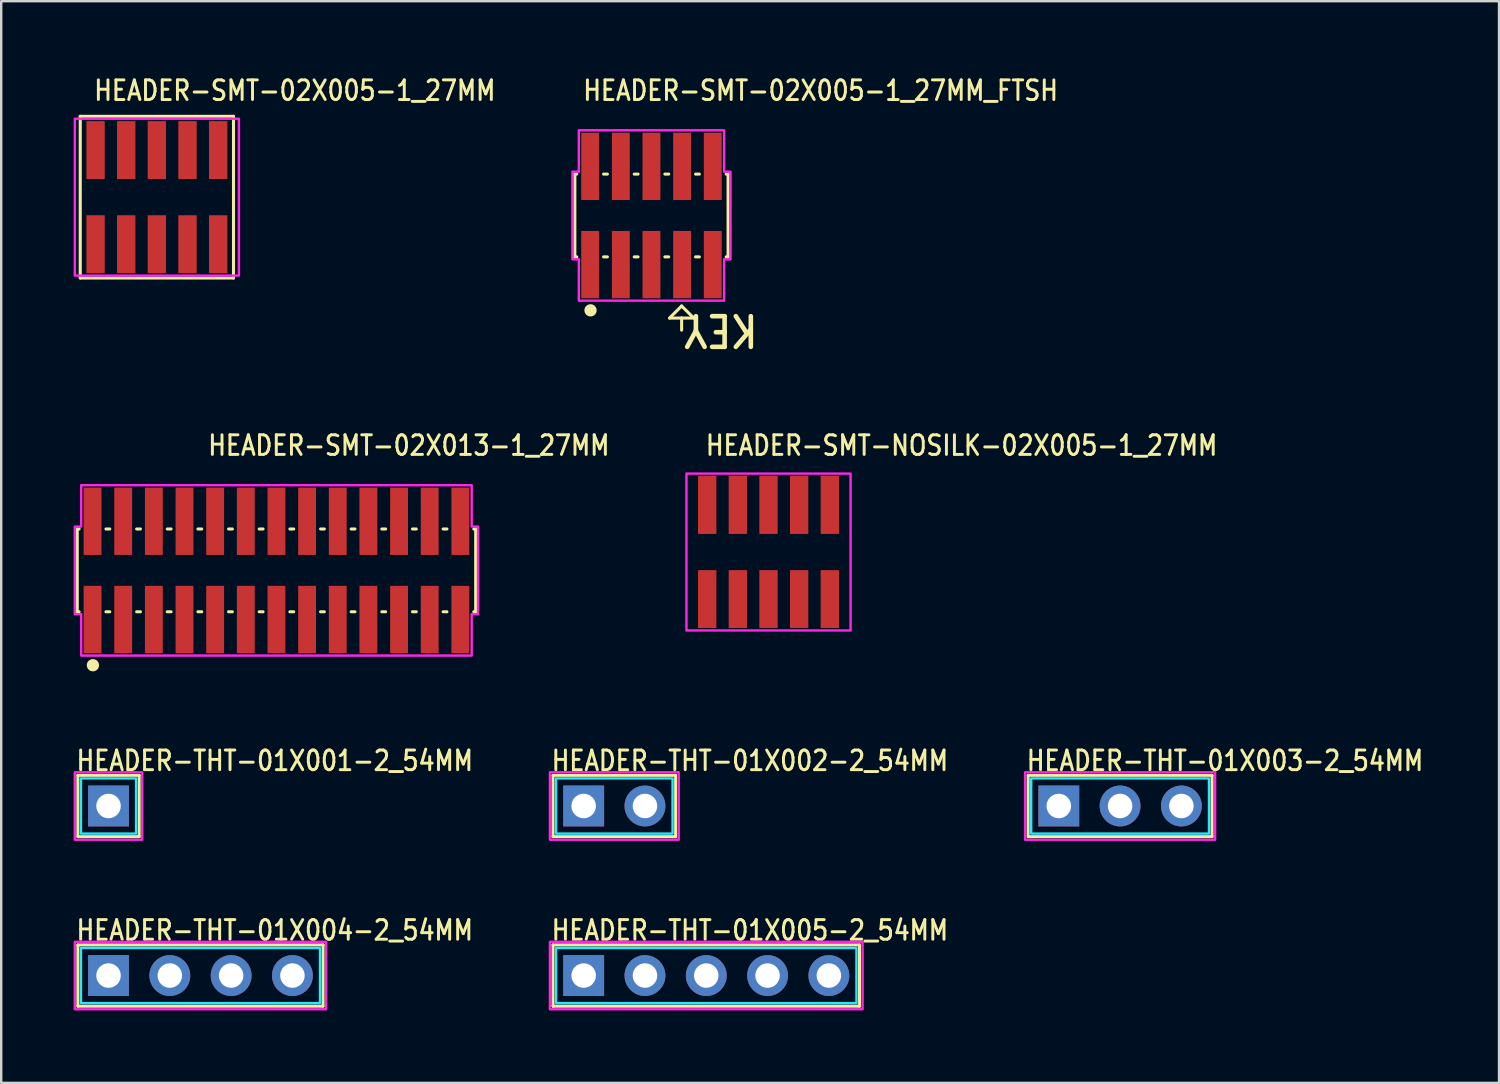
<source format=kicad_pcb>
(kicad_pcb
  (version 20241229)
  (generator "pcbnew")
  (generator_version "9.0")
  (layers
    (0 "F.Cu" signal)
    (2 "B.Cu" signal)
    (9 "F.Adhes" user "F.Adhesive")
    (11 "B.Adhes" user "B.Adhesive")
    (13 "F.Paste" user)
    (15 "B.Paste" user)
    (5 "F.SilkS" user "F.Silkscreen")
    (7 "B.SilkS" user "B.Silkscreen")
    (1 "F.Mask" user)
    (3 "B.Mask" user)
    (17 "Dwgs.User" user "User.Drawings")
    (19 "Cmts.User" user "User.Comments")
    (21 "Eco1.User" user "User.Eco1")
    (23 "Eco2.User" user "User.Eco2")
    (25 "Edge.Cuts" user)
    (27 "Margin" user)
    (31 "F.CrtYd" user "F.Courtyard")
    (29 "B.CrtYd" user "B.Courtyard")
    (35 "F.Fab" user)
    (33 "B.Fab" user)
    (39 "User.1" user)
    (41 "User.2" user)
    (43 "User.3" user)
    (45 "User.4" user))
  (footprint "HEADER-THT-01X002-2_54MM"
    (layer "F.Cu")
    (at 21.135 30.347)
    (property "Reference" "HEADER-THT-01X002-2_54MM" (at -1.4 -1.4 0) (unlocked yes) (layer "F.SilkS") (effects (font (size 0.813 0.695) (thickness 0.122)) (justify left bottom)))
    (fp_line (start -1.27 -1.27) (end -1.27 1.27) (stroke (width 0.127) (type solid)) (layer "F.SilkS"))
    (fp_line (start -1.27 1.27) (end 3.81 1.27) (stroke (width 0.127) (type solid)) (layer "F.SilkS"))
    (fp_line (start 3.81 -1.27) (end -1.27 -1.27) (stroke (width 0.127) (type solid)) (layer "F.SilkS"))
    (fp_line (start 3.81 1.27) (end 3.81 -1.27) (stroke (width 0.127) (type solid)) (layer "F.SilkS"))
    (fp_poly (pts (xy -1.143 -1.143) (xy 3.683 -1.143) (xy 3.683 1.143) (xy -1.143 1.143)) (stroke (width 0.1) (type solid)) (fill no) (layer "B.CrtYd"))
    (fp_poly (pts (xy -1.397 -1.397) (xy 3.937 -1.397) (xy 3.937 1.397) (xy -1.397 1.397)) (stroke (width 0.1) (type solid)) (fill no) (layer "F.CrtYd"))
    (pad "1" thru_hole rect (at 0 0) (size 1.693 1.693) (drill 1.016) (layers "*.Cu" "*.Mask"))
    (pad "2" thru_hole oval (at 2.54 0) (size 1.693 1.693) (drill 1.016) (layers "*.Cu" "*.Mask")))
  (footprint "HEADER-SMT-02X005-1_27MM"
    (layer "F.Cu")
    (at 3.45 5.119)
    (property "Reference" "HEADER-SMT-02X005-1_27MM" (at -2.67 -3.94 0) (unlocked yes) (layer "F.SilkS") (effects (font (size 0.813 0.695) (thickness 0.122)) (justify left bottom)))
    (fp_line (start -3.175 -3.35) (end -3.175 3.35) (stroke (width 0.127) (type solid)) (layer "F.SilkS"))
    (fp_line (start -3.175 3.35) (end 3.175 3.35) (stroke (width 0.127) (type solid)) (layer "F.SilkS"))
    (fp_line (start 3.175 -3.35) (end -3.175 -3.35) (stroke (width 0.127) (type solid)) (layer "F.SilkS"))
    (fp_line (start 3.175 3.35) (end 3.175 -3.35) (stroke (width 0.127) (type solid)) (layer "F.SilkS"))
    (fp_poly (pts (xy -3.4 -3.25) (xy 3.4 -3.25) (xy 3.4 3.25) (xy -3.4 3.25)) (stroke (width 0.1) (type solid)) (fill no) (layer "F.CrtYd"))
    (pad "1" smd rect (at -2.54 1.95) (size 0.76 2.4) (layers "F.Cu" "F.Mask" "F.Paste"))
    (pad "2" smd rect (at -2.54 -1.95) (size 0.76 2.4) (layers "F.Cu" "F.Mask" "F.Paste"))
    (pad "3" smd rect (at -1.27 1.95) (size 0.76 2.4) (layers "F.Cu" "F.Mask" "F.Paste"))
    (pad "4" smd rect (at -1.27 -1.95) (size 0.76 2.4) (layers "F.Cu" "F.Mask" "F.Paste"))
    (pad "5" smd rect (at 0 1.95) (size 0.76 2.4) (layers "F.Cu" "F.Mask" "F.Paste"))
    (pad "6" smd rect (at 0 -1.95) (size 0.76 2.4) (layers "F.Cu" "F.Mask" "F.Paste"))
    (pad "7" smd rect (at 1.27 1.95) (size 0.76 2.4) (layers "F.Cu" "F.Mask" "F.Paste"))
    (pad "8" smd rect (at 1.27 -1.95) (size 0.76 2.4) (layers "F.Cu" "F.Mask" "F.Paste"))
    (pad "9" smd rect (at 2.54 1.95) (size 0.76 2.4) (layers "F.Cu" "F.Mask" "F.Paste"))
    (pad "10" smd rect (at 2.54 -1.95) (size 0.76 2.4) (layers "F.Cu" "F.Mask" "F.Paste")))
  (footprint "HEADER-THT-01X004-2_54MM"
    (layer "F.Cu")
    (at 1.447 37.373)
    (property "Reference" "HEADER-THT-01X004-2_54MM" (at -1.4 -1.4 0) (unlocked yes) (layer "F.SilkS") (effects (font (size 0.813 0.695) (thickness 0.122)) (justify left bottom)))
    (fp_line (start -1.27 -1.27) (end -1.27 1.27) (stroke (width 0.127) (type solid)) (layer "F.SilkS"))
    (fp_line (start -1.27 1.27) (end 8.89 1.27) (stroke (width 0.127) (type solid)) (layer "F.SilkS"))
    (fp_line (start 8.89 -1.27) (end -1.27 -1.27) (stroke (width 0.127) (type solid)) (layer "F.SilkS"))
    (fp_line (start 8.89 1.27) (end 8.89 -1.27) (stroke (width 0.127) (type solid)) (layer "F.SilkS"))
    (fp_poly (pts (xy -1.143 -1.143) (xy 8.763 -1.143) (xy 8.763 1.143) (xy -1.143 1.143)) (stroke (width 0.1) (type solid)) (fill no) (layer "B.CrtYd"))
    (fp_poly (pts (xy -1.397 -1.397) (xy 9.017 -1.397) (xy 9.017 1.397) (xy -1.397 1.397)) (stroke (width 0.1) (type solid)) (fill no) (layer "F.CrtYd"))
    (pad "P$1" thru_hole rect (at 0 0) (size 1.693 1.693) (drill 1.016) (layers "*.Cu" "*.Mask"))
    (pad "P$2" thru_hole oval (at 2.54 0) (size 1.693 1.693) (drill 1.016) (layers "*.Cu" "*.Mask"))
    (pad "P$3" thru_hole oval (at 5.08 0) (size 1.693 1.693) (drill 1.016) (layers "*.Cu" "*.Mask"))
    (pad "P$4" thru_hole oval (at 7.62 0) (size 1.693 1.693) (drill 1.016) (layers "*.Cu" "*.Mask")))
  (footprint "HEADER-SMT-02X005-1_27MM_FTSH"
    (layer "F.Cu")
    (at 23.944 5.879)
    (property "Reference" "HEADER-SMT-02X005-1_27MM_FTSH" (at -2.9 -4.7 0) (unlocked yes) (layer "F.SilkS") (effects (font (size 0.813 0.695) (thickness 0.122)) (justify left bottom)))
    (fp_line (start -3.175 -1.715) (end -3.175 1.715) (stroke (width 0.127) (type solid)) (layer "F.SilkS"))
    (fp_line (start -3.175 -1.715) (end -3.096 -1.715) (stroke (width 0.127) (type solid)) (layer "F.SilkS"))
    (fp_line (start -3.175 1.715) (end -3.096 1.715) (stroke (width 0.127) (type solid)) (layer "F.SilkS"))
    (fp_line (start -1.984 -1.715) (end -1.827 -1.715) (stroke (width 0.127) (type solid)) (layer "F.SilkS"))
    (fp_line (start -1.984 1.715) (end -1.827 1.715) (stroke (width 0.127) (type solid)) (layer "F.SilkS"))
    (fp_line (start -0.714 -1.715) (end -0.556 -1.715) (stroke (width 0.127) (type solid)) (layer "F.SilkS"))
    (fp_line (start -0.714 1.715) (end -0.556 1.715) (stroke (width 0.127) (type solid)) (layer "F.SilkS"))
    (fp_line (start 0.556 -1.715) (end 0.714 -1.715) (stroke (width 0.127) (type solid)) (layer "F.SilkS"))
    (fp_line (start 0.556 1.715) (end 0.714 1.715) (stroke (width 0.127) (type solid)) (layer "F.SilkS"))
    (fp_line (start 0.75 4.25) (end 1.25 4.25) (stroke (width 0.127) (type solid)) (layer "F.SilkS"))
    (fp_line (start 1.25 3.75) (end 0.75 4.25) (stroke (width 0.127) (type solid)) (layer "F.SilkS"))
    (fp_line (start 1.25 4.25) (end 1.75 4.25) (stroke (width 0.127) (type solid)) (layer "F.SilkS"))
    (fp_line (start 1.25 4.75) (end 1.25 4.25) (stroke (width 0.127) (type solid)) (layer "F.SilkS"))
    (fp_line (start 1.75 4.25) (end 1.25 3.75) (stroke (width 0.127) (type solid)) (layer "F.SilkS"))
    (fp_line (start 1.827 -1.715) (end 1.984 -1.715) (stroke (width 0.127) (type solid)) (layer "F.SilkS"))
    (fp_line (start 1.827 1.715) (end 1.984 1.715) (stroke (width 0.127) (type solid)) (layer "F.SilkS"))
    (fp_line (start 3.096 -1.715) (end 3.175 -1.715) (stroke (width 0.127) (type solid)) (layer "F.SilkS"))
    (fp_line (start 3.096 1.715) (end 3.175 1.715) (stroke (width 0.127) (type solid)) (layer "F.SilkS"))
    (fp_line (start 3.175 1.715) (end 3.175 -1.715) (stroke (width 0.127) (type solid)) (layer "F.SilkS"))
    (fp_circle (center -2.525 3.93) (end -2.271 3.93) (stroke (width 0) (type solid)) (fill yes) (layer "F.SilkS"))
    (fp_poly (pts (xy -3.275 -1.815) (xy -3.01 -1.815) (xy -3.01 -3.53) (xy 3.01 -3.53) (xy 3.01 -1.815) (xy 3.275 -1.815) (xy 3.275 1.815) (xy 3.01 1.815) (xy 3.01 3.53) (xy -3.01 3.53) (xy -3.01 1.815) (xy -3.275 1.815)) (stroke (width 0.1) (type solid)) (fill no) (layer "F.CrtYd"))
    (fp_text user "KEY" (at 1.25 4.75 180) (unlocked yes) (layer "F.SilkS") (effects (font (size 1.27 1.086) (thickness 0.191)) (justify right)))
    (pad "1" smd rect (at -2.54 2.035) (size 0.74 2.79) (layers "F.Cu" "F.Mask" "F.Paste"))
    (pad "2" smd rect (at -2.54 -2.035) (size 0.74 2.79) (layers "F.Cu" "F.Mask" "F.Paste"))
    (pad "3" smd rect (at -1.27 2.035) (size 0.74 2.79) (layers "F.Cu" "F.Mask" "F.Paste"))
    (pad "4" smd rect (at -1.27 -2.035) (size 0.74 2.79) (layers "F.Cu" "F.Mask" "F.Paste"))
    (pad "5" smd rect (at 0 2.035) (size 0.74 2.79) (layers "F.Cu" "F.Mask" "F.Paste"))
    (pad "6" smd rect (at 0 -2.035) (size 0.74 2.79) (layers "F.Cu" "F.Mask" "F.Paste"))
    (pad "7" smd rect (at 1.27 2.035) (size 0.74 2.79) (layers "F.Cu" "F.Mask" "F.Paste"))
    (pad "8" smd rect (at 1.27 -2.035) (size 0.74 2.79) (layers "F.Cu" "F.Mask" "F.Paste"))
    (pad "9" smd rect (at 2.54 2.035) (size 0.74 2.79) (layers "F.Cu" "F.Mask" "F.Paste"))
    (pad "10" smd rect (at 2.54 -2.035) (size 0.74 2.79) (layers "F.Cu" "F.Mask" "F.Paste")))
  (footprint "HEADER-THT-01X001-2_54MM"
    (layer "F.Cu")
    (at 1.447 30.347)
    (property "Reference" "HEADER-THT-01X001-2_54MM" (at -1.4 -1.4 0) (unlocked yes) (layer "F.SilkS") (effects (font (size 0.813 0.695) (thickness 0.122)) (justify left bottom)))
    (fp_line (start -1.27 -1.27) (end -1.27 1.27) (stroke (width 0.127) (type solid)) (layer "F.SilkS"))
    (fp_line (start -1.27 1.27) (end 1.27 1.27) (stroke (width 0.127) (type solid)) (layer "F.SilkS"))
    (fp_line (start 1.27 -1.27) (end -1.27 -1.27) (stroke (width 0.127) (type solid)) (layer "F.SilkS"))
    (fp_line (start 1.27 1.27) (end 1.27 -1.27) (stroke (width 0.127) (type solid)) (layer "F.SilkS"))
    (fp_poly (pts (xy -1.143 -1.143) (xy 1.143 -1.143) (xy 1.143 1.143) (xy -1.143 1.143)) (stroke (width 0.1) (type solid)) (fill no) (layer "B.CrtYd"))
    (fp_poly (pts (xy -1.397 -1.397) (xy 1.397 -1.397) (xy 1.397 1.397) (xy -1.397 1.397)) (stroke (width 0.1) (type solid)) (fill no) (layer "F.CrtYd"))
    (pad "1" thru_hole rect (at 0 0) (size 1.693 1.693) (drill 1.016) (layers "*.Cu" "*.Mask")))
  (footprint "HEADER-THT-01X003-2_54MM"
    (layer "F.Cu")
    (at 40.822 30.347)
    (property "Reference" "HEADER-THT-01X003-2_54MM" (at -1.4 -1.4 0) (unlocked yes) (layer "F.SilkS") (effects (font (size 0.813 0.695) (thickness 0.122)) (justify left bottom)))
    (fp_line (start -1.27 -1.27) (end -1.27 1.27) (stroke (width 0.127) (type solid)) (layer "F.SilkS"))
    (fp_line (start -1.27 1.27) (end 6.35 1.27) (stroke (width 0.127) (type solid)) (layer "F.SilkS"))
    (fp_line (start 6.35 -1.27) (end -1.27 -1.27) (stroke (width 0.127) (type solid)) (layer "F.SilkS"))
    (fp_line (start 6.35 1.27) (end 6.35 -1.27) (stroke (width 0.127) (type solid)) (layer "F.SilkS"))
    (fp_poly (pts (xy -1.143 -1.143) (xy 6.223 -1.143) (xy 6.223 1.143) (xy -1.143 1.143)) (stroke (width 0.1) (type solid)) (fill no) (layer "B.CrtYd"))
    (fp_poly (pts (xy -1.397 -1.397) (xy 6.477 -1.397) (xy 6.477 1.397) (xy -1.397 1.397)) (stroke (width 0.1) (type solid)) (fill no) (layer "F.CrtYd"))
    (pad "1" thru_hole rect (at 0 0) (size 1.693 1.693) (drill 1.016) (layers "*.Cu" "*.Mask"))
    (pad "2" thru_hole oval (at 2.54 0) (size 1.693 1.693) (drill 1.016) (layers "*.Cu" "*.Mask"))
    (pad "3" thru_hole oval (at 5.08 0) (size 1.693 1.693) (drill 1.016) (layers "*.Cu" "*.Mask")))
  (footprint "HEADER-SMT-02X013-1_27MM"
    (layer "F.Cu")
    (at 8.405 20.584)
    (property "Reference" "HEADER-SMT-02X013-1_27MM" (at -2.9 -4.7 0) (unlocked yes) (layer "F.SilkS") (effects (font (size 0.813 0.695) (thickness 0.122)) (justify left bottom)))
    (fp_line (start -8.255 -1.715) (end -8.255 1.715) (stroke (width 0.127) (type solid)) (layer "F.SilkS"))
    (fp_line (start -8.255 -1.715) (end -8.177 -1.715) (stroke (width 0.127) (type solid)) (layer "F.SilkS"))
    (fp_line (start -8.255 1.715) (end -8.177 1.715) (stroke (width 0.127) (type solid)) (layer "F.SilkS"))
    (fp_line (start -7.064 -1.715) (end -6.907 -1.715) (stroke (width 0.127) (type solid)) (layer "F.SilkS"))
    (fp_line (start -7.064 1.715) (end -6.907 1.715) (stroke (width 0.127) (type solid)) (layer "F.SilkS"))
    (fp_line (start -5.793 -1.715) (end -5.636 -1.715) (stroke (width 0.127) (type solid)) (layer "F.SilkS"))
    (fp_line (start -5.793 1.715) (end -5.636 1.715) (stroke (width 0.127) (type solid)) (layer "F.SilkS"))
    (fp_line (start -4.524 -1.715) (end -4.367 -1.715) (stroke (width 0.127) (type solid)) (layer "F.SilkS"))
    (fp_line (start -4.524 1.715) (end -4.367 1.715) (stroke (width 0.127) (type solid)) (layer "F.SilkS"))
    (fp_line (start -3.253 -1.715) (end -3.096 -1.715) (stroke (width 0.127) (type solid)) (layer "F.SilkS"))
    (fp_line (start -3.253 1.715) (end -3.096 1.715) (stroke (width 0.127) (type solid)) (layer "F.SilkS"))
    (fp_line (start -1.984 -1.715) (end -1.827 -1.715) (stroke (width 0.127) (type solid)) (layer "F.SilkS"))
    (fp_line (start -1.984 1.715) (end -1.827 1.715) (stroke (width 0.127) (type solid)) (layer "F.SilkS"))
    (fp_line (start -0.714 -1.715) (end -0.556 -1.715) (stroke (width 0.127) (type solid)) (layer "F.SilkS"))
    (fp_line (start -0.714 1.715) (end -0.556 1.715) (stroke (width 0.127) (type solid)) (layer "F.SilkS"))
    (fp_line (start 0.556 -1.715) (end 0.714 -1.715) (stroke (width 0.127) (type solid)) (layer "F.SilkS"))
    (fp_line (start 0.556 1.715) (end 0.714 1.715) (stroke (width 0.127) (type solid)) (layer "F.SilkS"))
    (fp_line (start 1.827 -1.715) (end 1.984 -1.715) (stroke (width 0.127) (type solid)) (layer "F.SilkS"))
    (fp_line (start 1.827 1.715) (end 1.984 1.715) (stroke (width 0.127) (type solid)) (layer "F.SilkS"))
    (fp_line (start 3.096 -1.715) (end 3.253 -1.715) (stroke (width 0.127) (type solid)) (layer "F.SilkS"))
    (fp_line (start 3.096 1.715) (end 3.253 1.715) (stroke (width 0.127) (type solid)) (layer "F.SilkS"))
    (fp_line (start 4.367 -1.715) (end 4.524 -1.715) (stroke (width 0.127) (type solid)) (layer "F.SilkS"))
    (fp_line (start 4.367 1.715) (end 4.524 1.715) (stroke (width 0.127) (type solid)) (layer "F.SilkS"))
    (fp_line (start 5.636 -1.715) (end 5.793 -1.715) (stroke (width 0.127) (type solid)) (layer "F.SilkS"))
    (fp_line (start 5.636 1.715) (end 5.793 1.715) (stroke (width 0.127) (type solid)) (layer "F.SilkS"))
    (fp_line (start 6.907 -1.715) (end 7.064 -1.715) (stroke (width 0.127) (type solid)) (layer "F.SilkS"))
    (fp_line (start 6.907 1.715) (end 7.064 1.715) (stroke (width 0.127) (type solid)) (layer "F.SilkS"))
    (fp_line (start 8.177 -1.715) (end 8.255 -1.715) (stroke (width 0.127) (type solid)) (layer "F.SilkS"))
    (fp_line (start 8.177 1.715) (end 8.255 1.715) (stroke (width 0.127) (type solid)) (layer "F.SilkS"))
    (fp_line (start 8.255 1.715) (end 8.255 -1.715) (stroke (width 0.127) (type solid)) (layer "F.SilkS"))
    (fp_circle (center -7.605 3.93) (end -7.351 3.93) (stroke (width 0) (type solid)) (fill yes) (layer "F.SilkS"))
    (fp_poly (pts (xy -8.355 -1.815) (xy -8.09 -1.815) (xy -8.09 -3.53) (xy 8.09 -3.53) (xy 8.09 -1.815) (xy 8.355 -1.815) (xy 8.355 1.815) (xy 8.09 1.815) (xy 8.09 3.53) (xy -8.09 3.53) (xy -8.09 1.815) (xy -8.355 1.815)) (stroke (width 0.1) (type solid)) (fill no) (layer "F.CrtYd"))
    (pad "1" smd rect (at -7.62 2.035) (size 0.74 2.79) (layers "F.Cu" "F.Mask" "F.Paste"))
    (pad "2" smd rect (at -7.62 -2.035) (size 0.74 2.79) (layers "F.Cu" "F.Mask" "F.Paste"))
    (pad "3" smd rect (at -6.35 2.035) (size 0.74 2.79) (layers "F.Cu" "F.Mask" "F.Paste"))
    (pad "4" smd rect (at -6.35 -2.035) (size 0.74 2.79) (layers "F.Cu" "F.Mask" "F.Paste"))
    (pad "5" smd rect (at -5.08 2.035) (size 0.74 2.79) (layers "F.Cu" "F.Mask" "F.Paste"))
    (pad "6" smd rect (at -5.08 -2.035) (size 0.74 2.79) (layers "F.Cu" "F.Mask" "F.Paste"))
    (pad "7" smd rect (at -3.81 2.035) (size 0.74 2.79) (layers "F.Cu" "F.Mask" "F.Paste"))
    (pad "8" smd rect (at -3.81 -2.035) (size 0.74 2.79) (layers "F.Cu" "F.Mask" "F.Paste"))
    (pad "9" smd rect (at -2.54 2.035) (size 0.74 2.79) (layers "F.Cu" "F.Mask" "F.Paste"))
    (pad "10" smd rect (at -2.54 -2.035) (size 0.74 2.79) (layers "F.Cu" "F.Mask" "F.Paste"))
    (pad "11" smd rect (at -1.27 2.035) (size 0.74 2.79) (layers "F.Cu" "F.Mask" "F.Paste"))
    (pad "12" smd rect (at -1.27 -2.035) (size 0.74 2.79) (layers "F.Cu" "F.Mask" "F.Paste"))
    (pad "13" smd rect (at 0 2.035) (size 0.74 2.79) (layers "F.Cu" "F.Mask" "F.Paste"))
    (pad "14" smd rect (at 0 -2.035) (size 0.74 2.79) (layers "F.Cu" "F.Mask" "F.Paste"))
    (pad "15" smd rect (at 1.27 2.035) (size 0.74 2.79) (layers "F.Cu" "F.Mask" "F.Paste"))
    (pad "16" smd rect (at 1.27 -2.035) (size 0.74 2.79) (layers "F.Cu" "F.Mask" "F.Paste"))
    (pad "17" smd rect (at 2.54 2.035) (size 0.74 2.79) (layers "F.Cu" "F.Mask" "F.Paste"))
    (pad "18" smd rect (at 2.54 -2.035) (size 0.74 2.79) (layers "F.Cu" "F.Mask" "F.Paste"))
    (pad "19" smd rect (at 3.81 2.035) (size 0.74 2.79) (layers "F.Cu" "F.Mask" "F.Paste"))
    (pad "20" smd rect (at 3.81 -2.035) (size 0.74 2.79) (layers "F.Cu" "F.Mask" "F.Paste"))
    (pad "21" smd rect (at 5.08 2.035) (size 0.74 2.79) (layers "F.Cu" "F.Mask" "F.Paste"))
    (pad "22" smd rect (at 5.08 -2.035) (size 0.74 2.79) (layers "F.Cu" "F.Mask" "F.Paste"))
    (pad "23" smd rect (at 6.35 2.035) (size 0.74 2.79) (layers "F.Cu" "F.Mask" "F.Paste"))
    (pad "24" smd rect (at 6.35 -2.035) (size 0.74 2.79) (layers "F.Cu" "F.Mask" "F.Paste"))
    (pad "25" smd rect (at 7.62 2.035) (size 0.74 2.79) (layers "F.Cu" "F.Mask" "F.Paste"))
    (pad "26" smd rect (at 7.62 -2.035) (size 0.74 2.79) (layers "F.Cu" "F.Mask" "F.Paste")))
  (footprint "HEADER-THT-01X005-2_54MM"
    (layer "F.Cu")
    (at 21.135 37.373)
    (property "Reference" "HEADER-THT-01X005-2_54MM" (at -1.4 -1.4 0) (unlocked yes) (layer "F.SilkS") (effects (font (size 0.813 0.695) (thickness 0.122)) (justify left bottom)))
    (fp_line (start -1.27 -1.27) (end -1.27 1.27) (stroke (width 0.127) (type solid)) (layer "F.SilkS"))
    (fp_line (start -1.27 1.27) (end 11.43 1.27) (stroke (width 0.127) (type solid)) (layer "F.SilkS"))
    (fp_line (start 11.43 -1.27) (end -1.27 -1.27) (stroke (width 0.127) (type solid)) (layer "F.SilkS"))
    (fp_line (start 11.43 1.27) (end 11.43 -1.27) (stroke (width 0.127) (type solid)) (layer "F.SilkS"))
    (fp_poly (pts (xy -1.143 -1.143) (xy 11.303 -1.143) (xy 11.303 1.143) (xy -1.143 1.143)) (stroke (width 0.1) (type solid)) (fill no) (layer "B.CrtYd"))
    (fp_poly (pts (xy -1.397 -1.397) (xy 11.557 -1.397) (xy 11.557 1.397) (xy -1.397 1.397)) (stroke (width 0.1) (type solid)) (fill no) (layer "F.CrtYd"))
    (pad "1" thru_hole rect (at 0 0) (size 1.693 1.693) (drill 1.016) (layers "*.Cu" "*.Mask"))
    (pad "2" thru_hole oval (at 2.54 0) (size 1.693 1.693) (drill 1.016) (layers "*.Cu" "*.Mask"))
    (pad "3" thru_hole oval (at 5.08 0) (size 1.693 1.693) (drill 1.016) (layers "*.Cu" "*.Mask"))
    (pad "4" thru_hole oval (at 7.62 0) (size 1.693 1.693) (drill 1.016) (layers "*.Cu" "*.Mask"))
    (pad "5" thru_hole oval (at 10.16 0) (size 1.693 1.693) (drill 1.016) (layers "*.Cu" "*.Mask")))
  (footprint "HEADER-SMT-NOSILK-02X005-1_27MM"
    (layer "F.Cu")
    (at 28.794 19.824)
    (property "Reference" "HEADER-SMT-NOSILK-02X005-1_27MM" (at -2.67 -3.94 0) (unlocked yes) (layer "F.SilkS") (effects (font (size 0.813 0.695) (thickness 0.122)) (justify left bottom)))
    (fp_poly (pts (xy -3.4 -3.25) (xy 3.4 -3.25) (xy 3.4 3.25) (xy -3.4 3.25)) (stroke (width 0.1) (type solid)) (fill no) (layer "F.CrtYd"))
    (pad "1" smd rect (at -2.54 1.95) (size 0.76 2.4) (layers "F.Cu" "F.Mask" "F.Paste"))
    (pad "2" smd rect (at -2.54 -1.95) (size 0.76 2.4) (layers "F.Cu" "F.Mask" "F.Paste"))
    (pad "3" smd rect (at -1.27 1.95) (size 0.76 2.4) (layers "F.Cu" "F.Mask" "F.Paste"))
    (pad "4" smd rect (at -1.27 -1.95) (size 0.76 2.4) (layers "F.Cu" "F.Mask" "F.Paste"))
    (pad "5" smd rect (at 0 1.95) (size 0.76 2.4) (layers "F.Cu" "F.Mask" "F.Paste"))
    (pad "6" smd rect (at 0 -1.95) (size 0.76 2.4) (layers "F.Cu" "F.Mask" "F.Paste"))
    (pad "7" smd rect (at 1.27 1.95) (size 0.76 2.4) (layers "F.Cu" "F.Mask" "F.Paste"))
    (pad "8" smd rect (at 1.27 -1.95) (size 0.76 2.4) (layers "F.Cu" "F.Mask" "F.Paste"))
    (pad "9" smd rect (at 2.54 1.95) (size 0.76 2.4) (layers "F.Cu" "F.Mask" "F.Paste"))
    (pad "10" smd rect (at 2.54 -1.95) (size 0.76 2.4) (layers "F.Cu" "F.Mask" "F.Paste")))
  (gr_rect
    (start -3 -3)
    (end 59.063 41.82)
    (stroke (width 0.1) (type default))
    (fill no)
    (layer "Edge.Cuts")))
</source>
